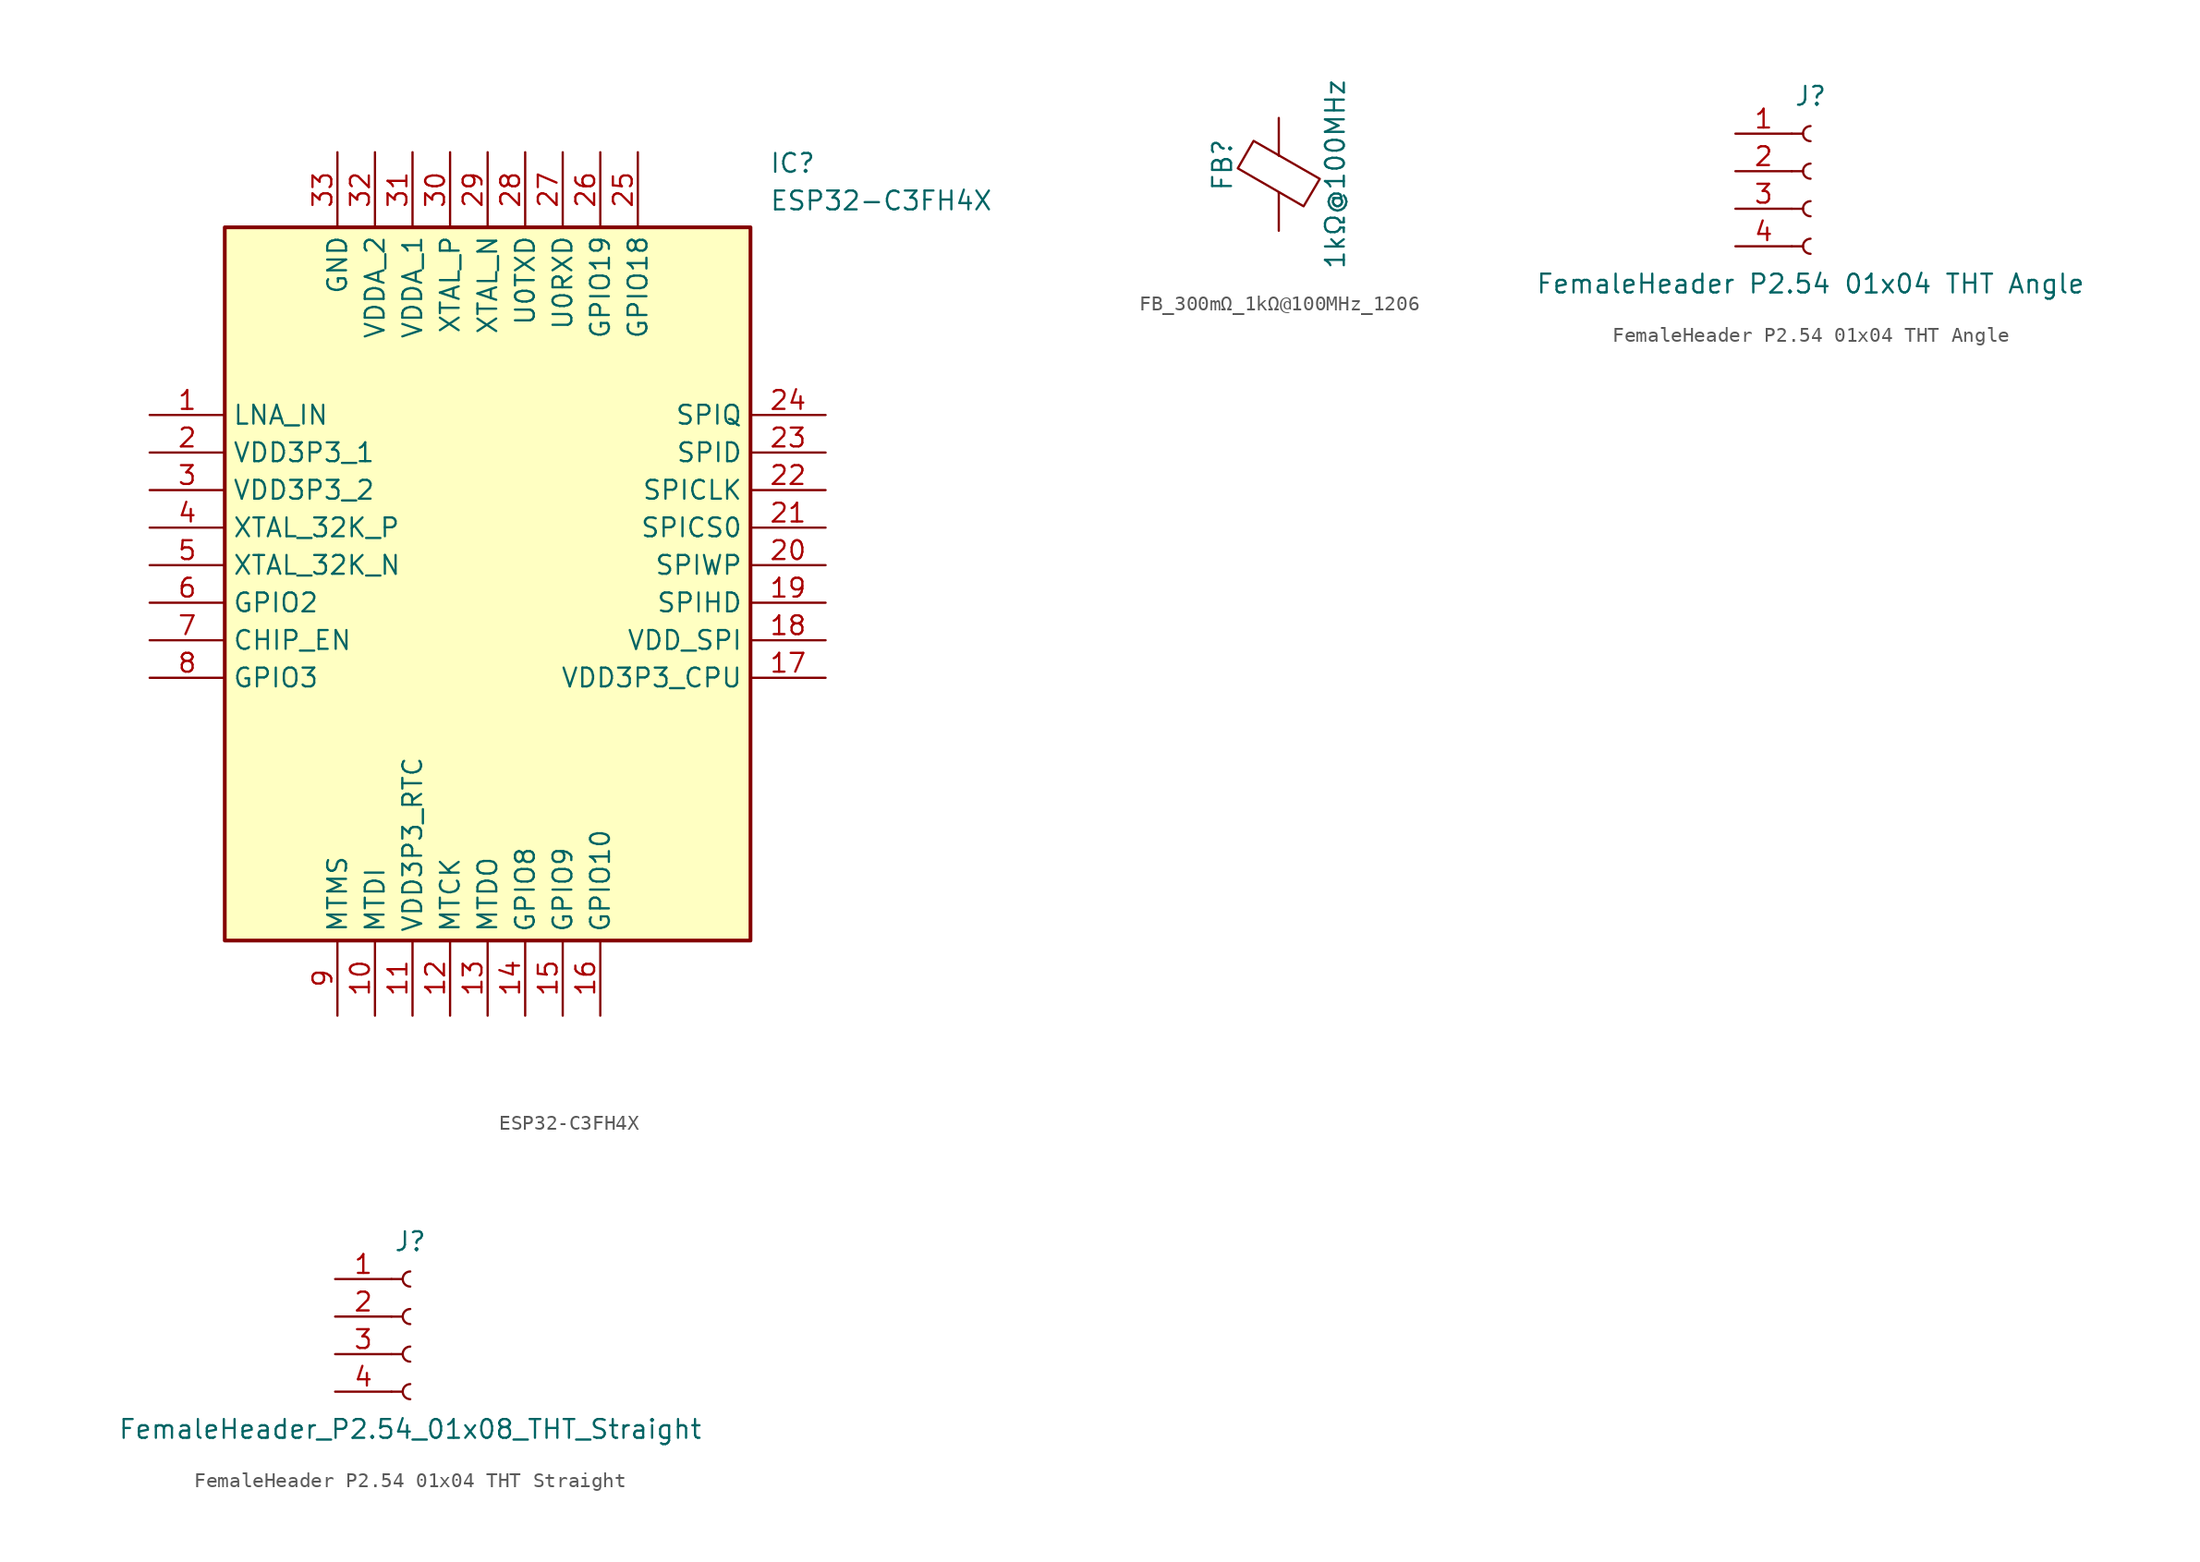
<source format=kicad_sym>
(kicad_symbol_lib
  (version 20231120)
  (generator "kicad_symbol_editor")
  (generator_version "8.0")
  (symbol "ESP32-C3FH4X"
    (property "Reference" "IC"
      (at 41.91 17.78 0)
      (effects (font (size 1.27 1.27)) (justify left top)))
    (property "Value" "ESP32-C3FH4X"
      (at 41.91 15.24 0)
      (effects (font (size 1.27 1.27)) (justify left top)))
    (symbol "ESP32-C3FH4X_1_1"
      (rectangle (start 5.08 12.7) (end 40.64 -35.56) (stroke (width 0.254) (type default)) (fill (type background)))
      (pin passive line (at 0 0 0) (length 5.08) (name "LNA_IN" (effects (font (size 1.27 1.27)))) (number "1" (effects (font (size 1.27 1.27)))))
      (pin passive line (at 15.24 -40.64 90) (length 5.08) (name "MTDI" (effects (font (size 1.27 1.27)))) (number "10" (effects (font (size 1.27 1.27)))))
      (pin passive line (at 17.78 -40.64 90) (length 5.08) (name "VDD3P3_RTC" (effects (font (size 1.27 1.27)))) (number "11" (effects (font (size 1.27 1.27)))))
      (pin passive line (at 20.32 -40.64 90) (length 5.08) (name "MTCK" (effects (font (size 1.27 1.27)))) (number "12" (effects (font (size 1.27 1.27)))))
      (pin passive line (at 22.86 -40.64 90) (length 5.08) (name "MTDO" (effects (font (size 1.27 1.27)))) (number "13" (effects (font (size 1.27 1.27)))))
      (pin passive line (at 25.4 -40.64 90) (length 5.08) (name "GPIO8" (effects (font (size 1.27 1.27)))) (number "14" (effects (font (size 1.27 1.27)))))
      (pin passive line (at 27.94 -40.64 90) (length 5.08) (name "GPIO9" (effects (font (size 1.27 1.27)))) (number "15" (effects (font (size 1.27 1.27)))))
      (pin passive line (at 30.48 -40.64 90) (length 5.08) (name "GPIO10" (effects (font (size 1.27 1.27)))) (number "16" (effects (font (size 1.27 1.27)))))
      (pin passive line (at 45.72 -17.78 180) (length 5.08) (name "VDD3P3_CPU" (effects (font (size 1.27 1.27)))) (number "17" (effects (font (size 1.27 1.27)))))
      (pin passive line (at 45.72 -15.24 180) (length 5.08) (name "VDD_SPI" (effects (font (size 1.27 1.27)))) (number "18" (effects (font (size 1.27 1.27)))))
      (pin passive line (at 45.72 -12.7 180) (length 5.08) (name "SPIHD" (effects (font (size 1.27 1.27)))) (number "19" (effects (font (size 1.27 1.27)))))
      (pin passive line (at 0 -2.54 0) (length 5.08) (name "VDD3P3_1" (effects (font (size 1.27 1.27)))) (number "2" (effects (font (size 1.27 1.27)))))
      (pin passive line (at 45.72 -10.16 180) (length 5.08) (name "SPIWP" (effects (font (size 1.27 1.27)))) (number "20" (effects (font (size 1.27 1.27)))))
      (pin passive line (at 45.72 -7.62 180) (length 5.08) (name "SPICS0" (effects (font (size 1.27 1.27)))) (number "21" (effects (font (size 1.27 1.27)))))
      (pin passive line (at 45.72 -5.08 180) (length 5.08) (name "SPICLK" (effects (font (size 1.27 1.27)))) (number "22" (effects (font (size 1.27 1.27)))))
      (pin passive line (at 45.72 -2.54 180) (length 5.08) (name "SPID" (effects (font (size 1.27 1.27)))) (number "23" (effects (font (size 1.27 1.27)))))
      (pin passive line (at 45.72 0 180) (length 5.08) (name "SPIQ" (effects (font (size 1.27 1.27)))) (number "24" (effects (font (size 1.27 1.27)))))
      (pin passive line (at 33.02 17.78 270) (length 5.08) (name "GPIO18" (effects (font (size 1.27 1.27)))) (number "25" (effects (font (size 1.27 1.27)))))
      (pin passive line (at 30.48 17.78 270) (length 5.08) (name "GPIO19" (effects (font (size 1.27 1.27)))) (number "26" (effects (font (size 1.27 1.27)))))
      (pin passive line (at 27.94 17.78 270) (length 5.08) (name "U0RXD" (effects (font (size 1.27 1.27)))) (number "27" (effects (font (size 1.27 1.27)))))
      (pin passive line (at 25.4 17.78 270) (length 5.08) (name "U0TXD" (effects (font (size 1.27 1.27)))) (number "28" (effects (font (size 1.27 1.27)))))
      (pin passive line (at 22.86 17.78 270) (length 5.08) (name "XTAL_N" (effects (font (size 1.27 1.27)))) (number "29" (effects (font (size 1.27 1.27)))))
      (pin passive line (at 0 -5.08 0) (length 5.08) (name "VDD3P3_2" (effects (font (size 1.27 1.27)))) (number "3" (effects (font (size 1.27 1.27)))))
      (pin passive line (at 20.32 17.78 270) (length 5.08) (name "XTAL_P" (effects (font (size 1.27 1.27)))) (number "30" (effects (font (size 1.27 1.27)))))
      (pin passive line (at 17.78 17.78 270) (length 5.08) (name "VDDA_1" (effects (font (size 1.27 1.27)))) (number "31" (effects (font (size 1.27 1.27)))))
      (pin passive line (at 15.24 17.78 270) (length 5.08) (name "VDDA_2" (effects (font (size 1.27 1.27)))) (number "32" (effects (font (size 1.27 1.27)))))
      (pin passive line (at 12.7 17.78 270) (length 5.08) (name "GND" (effects (font (size 1.27 1.27)))) (number "33" (effects (font (size 1.27 1.27)))))
      (pin passive line (at 0 -7.62 0) (length 5.08) (name "XTAL_32K_P" (effects (font (size 1.27 1.27)))) (number "4" (effects (font (size 1.27 1.27)))))
      (pin passive line (at 0 -10.16 0) (length 5.08) (name "XTAL_32K_N" (effects (font (size 1.27 1.27)))) (number "5" (effects (font (size 1.27 1.27)))))
      (pin passive line (at 0 -12.7 0) (length 5.08) (name "GPIO2" (effects (font (size 1.27 1.27)))) (number "6" (effects (font (size 1.27 1.27)))))
      (pin passive line (at 0 -15.24 0) (length 5.08) (name "CHIP_EN" (effects (font (size 1.27 1.27)))) (number "7" (effects (font (size 1.27 1.27)))))
      (pin passive line (at 0 -17.78 0) (length 5.08) (name "GPIO3" (effects (font (size 1.27 1.27)))) (number "8" (effects (font (size 1.27 1.27)))))
      (pin passive line (at 12.7 -40.64 90) (length 5.08) (name "MTMS" (effects (font (size 1.27 1.27)))) (number "9" (effects (font (size 1.27 1.27)))))))
  (symbol "FB_300mΩ_1kΩ@100MHz_1206"
    (pin_numbers hide)
    (pin_names
      (offset 0))
    (property "Reference" "FB"
      (at -3.81 0.635 90)
      (effects (font (size 1.27 1.27))))
    (property "Value" "1kΩ@100MHz"
      (at 3.81 0 90)
      (effects (font (size 1.27 1.27))))
    (symbol "FB_300mΩ_1kΩ@100MHz_1206_0_1"
      (polyline (pts (xy 0 -1.27) (xy 0 -1.219)) (stroke (width 0) (type default)) (fill (type none)))
      (polyline (pts (xy 0 1.27) (xy 0 1.295)) (stroke (width 0) (type default)) (fill (type none)))
      (polyline (pts (xy -2.769 0.406) (xy -1.702 2.261) (xy 2.769 -0.305) (xy 1.676 -2.159) (xy -2.769 0.406)) (stroke (width 0) (type default)) (fill (type none))))
    (symbol "FB_300mΩ_1kΩ@100MHz_1206_1_1"
      (pin passive line (at 0 3.81 270) (length 2.54) (name "~" (effects (font (size 1.27 1.27)))) (number "1" (effects (font (size 1.27 1.27)))))
      (pin passive line (at 0 -3.81 90) (length 2.54) (name "~" (effects (font (size 1.27 1.27)))) (number "2" (effects (font (size 1.27 1.27)))))))
  (symbol "FemaleHeader P2.54 01x04 THT Angle"
    (pin_names
      (offset 1.016) hide)
    (property "Reference" "J"
      (at 0 5.08 0)
      (effects (font (size 1.27 1.27))))
    (property "Value" "FemaleHeader P2.54 01x04 THT Angle"
      (at 0 -7.62 0)
      (effects (font (size 1.27 1.27))))
    (symbol "FemaleHeader P2.54 01x04 THT Angle_1_1"
      (arc (start 0 -4.572) (mid -0.5058 -5.08) (end 0 -5.588) (stroke (width 0.1524) (type default)) (fill (type none)))
      (arc (start 0 -2.032) (mid -0.5058 -2.54) (end 0 -3.048) (stroke (width 0.1524) (type default)) (fill (type none)))
      (polyline (pts (xy -1.27 -5.08) (xy -0.508 -5.08)) (stroke (width 0.152) (type default)) (fill (type none)))
      (polyline (pts (xy -1.27 -2.54) (xy -0.508 -2.54)) (stroke (width 0.152) (type default)) (fill (type none)))
      (polyline (pts (xy -1.27 0) (xy -0.508 0)) (stroke (width 0.152) (type default)) (fill (type none)))
      (polyline (pts (xy -1.27 2.54) (xy -0.508 2.54)) (stroke (width 0.152) (type default)) (fill (type none)))
      (arc (start 0 0.508) (mid -0.5058 0) (end 0 -0.508) (stroke (width 0.1524) (type default)) (fill (type none)))
      (arc (start 0 3.048) (mid -0.5058 2.54) (end 0 2.032) (stroke (width 0.1524) (type default)) (fill (type none)))
      (pin passive line (at -5.08 2.54 0) (length 3.81) (name "Pin_1" (effects (font (size 1.27 1.27)))) (number "1" (effects (font (size 1.27 1.27)))))
      (pin passive line (at -5.08 0 0) (length 3.81) (name "Pin_2" (effects (font (size 1.27 1.27)))) (number "2" (effects (font (size 1.27 1.27)))))
      (pin passive line (at -5.08 -2.54 0) (length 3.81) (name "Pin_3" (effects (font (size 1.27 1.27)))) (number "3" (effects (font (size 1.27 1.27)))))
      (pin passive line (at -5.08 -5.08 0) (length 3.81) (name "Pin_4" (effects (font (size 1.27 1.27)))) (number "4" (effects (font (size 1.27 1.27)))))))
  (symbol "FemaleHeader P2.54 01x04 THT Straight"
    (pin_names
      (offset 1.016) hide)
    (property "Reference" "J"
      (at 0 5.08 0)
      (effects (font (size 1.27 1.27))))
    (property "Value" "FemaleHeader_P2.54_01x08_THT_Straight"
      (at 0 -7.62 0)
      (effects (font (size 1.27 1.27))))
    (symbol "FemaleHeader P2.54 01x04 THT Straight_1_1"
      (arc (start 0 -4.572) (mid -0.5058 -5.08) (end 0 -5.588) (stroke (width 0.1524) (type default)) (fill (type none)))
      (arc (start 0 -2.032) (mid -0.5058 -2.54) (end 0 -3.048) (stroke (width 0.1524) (type default)) (fill (type none)))
      (polyline (pts (xy -1.27 -5.08) (xy -0.508 -5.08)) (stroke (width 0.152) (type default)) (fill (type none)))
      (polyline (pts (xy -1.27 -2.54) (xy -0.508 -2.54)) (stroke (width 0.152) (type default)) (fill (type none)))
      (polyline (pts (xy -1.27 0) (xy -0.508 0)) (stroke (width 0.152) (type default)) (fill (type none)))
      (polyline (pts (xy -1.27 2.54) (xy -0.508 2.54)) (stroke (width 0.152) (type default)) (fill (type none)))
      (arc (start 0 0.508) (mid -0.5058 0) (end 0 -0.508) (stroke (width 0.1524) (type default)) (fill (type none)))
      (arc (start 0 3.048) (mid -0.5058 2.54) (end 0 2.032) (stroke (width 0.1524) (type default)) (fill (type none)))
      (pin passive line (at -5.08 2.54 0) (length 3.81) (name "Pin_1" (effects (font (size 1.27 1.27)))) (number "1" (effects (font (size 1.27 1.27)))))
      (pin passive line (at -5.08 0 0) (length 3.81) (name "Pin_2" (effects (font (size 1.27 1.27)))) (number "2" (effects (font (size 1.27 1.27)))))
      (pin passive line (at -5.08 -2.54 0) (length 3.81) (name "Pin_3" (effects (font (size 1.27 1.27)))) (number "3" (effects (font (size 1.27 1.27)))))
      (pin passive line (at -5.08 -5.08 0) (length 3.81) (name "Pin_4" (effects (font (size 1.27 1.27)))) (number "4" (effects (font (size 1.27 1.27))))))))
</source>
